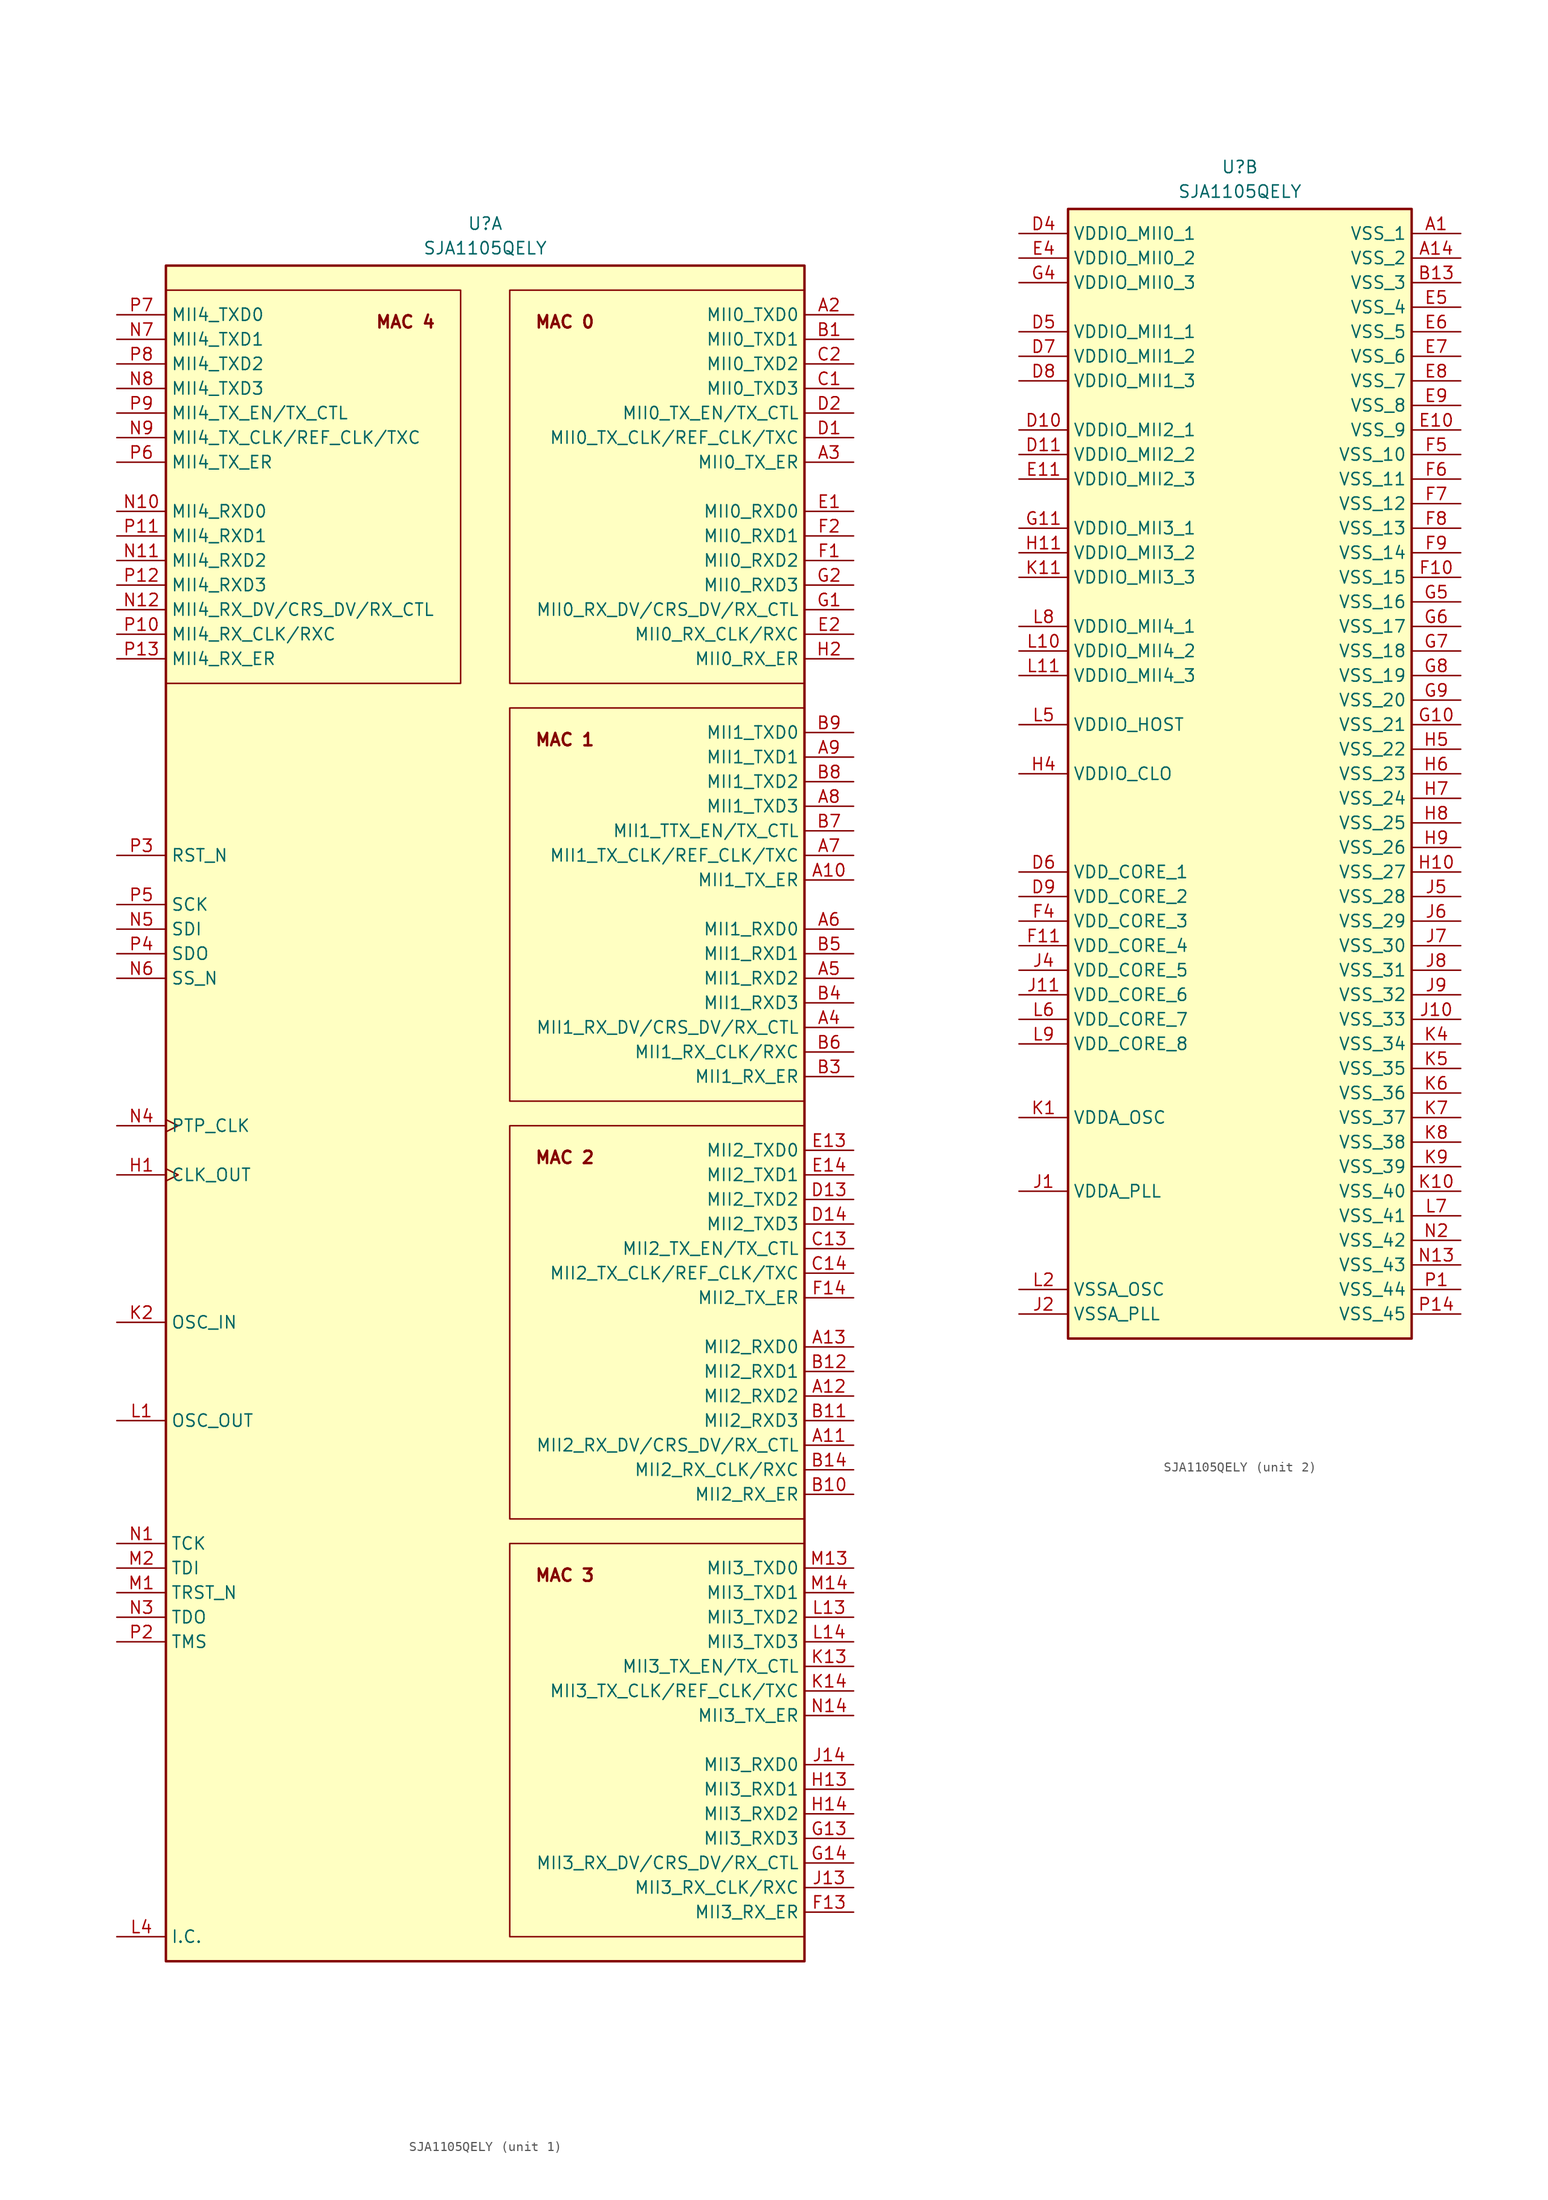
<source format=kicad_sym>
(kicad_symbol_lib
  (version 20241209)
  (generator "kicad_symbol_editor")
  (generator_version "9.0")
  (symbol "SJA1105QELY"
    (property "Reference" "U"
      (at 0 5.08 0)
      (effects (font (size 1.27 1.27)) (justify top)))
    (property "Value" "SJA1105QELY"
      (at 0 2.54 0)
      (effects (font (size 1.27 1.27)) (justify top)))
    (property "ki_locked" ""
      (at 0 0 0)
      (effects (font (size 1.27 1.27))))
    (symbol "SJA1105QELY_1_1"
      (rectangle (start -33.02 0) (end 33.02 -175.26) (stroke (width 0.254) (type default)) (fill (type background)))
      (rectangle (start -33.02 -2.54) (end -2.54 -43.18) (stroke (width 0) (type default)) (fill (type none)))
      (rectangle (start 2.54 -2.54) (end 33.02 -43.18) (stroke (width 0) (type default)) (fill (type none)))
      (rectangle (start 2.54 -45.72) (end 33.02 -86.36) (stroke (width 0) (type default)) (fill (type none)))
      (rectangle (start 2.54 -88.9) (end 33.02 -129.54) (stroke (width 0) (type default)) (fill (type none)))
      (rectangle (start 2.54 -132.08) (end 33.02 -172.72) (stroke (width 0) (type default)) (fill (type none)))
      (text "MAC 4" (at -5.08 -5.08 0) (effects (font (size 1.27 1.27) (bold yes)) (justify right top)))
      (text "MAC 0" (at 5.08 -5.08 0) (effects (font (size 1.27 1.27) (bold yes)) (justify left top)))
      (text "MAC 1" (at 5.08 -48.26 0) (effects (font (size 1.27 1.27) (bold yes)) (justify left top)))
      (text "MAC 2" (at 5.08 -91.44 0) (effects (font (size 1.27 1.27) (bold yes)) (justify left top)))
      (text "MAC 3" (at 5.08 -134.62 0) (effects (font (size 1.27 1.27) (bold yes)) (justify left top)))
      (pin output line (at -38.1 -5.08 0) (length 5.08) (name "MII4_TXD0" (effects (font (size 1.27 1.27)))) (number "P7" (effects (font (size 1.27 1.27)))))
      (pin output line (at -38.1 -7.62 0) (length 5.08) (name "MII4_TXD1" (effects (font (size 1.27 1.27)))) (number "N7" (effects (font (size 1.27 1.27)))))
      (pin output line (at -38.1 -10.16 0) (length 5.08) (name "MII4_TXD2" (effects (font (size 1.27 1.27)))) (number "P8" (effects (font (size 1.27 1.27)))))
      (pin output line (at -38.1 -12.7 0) (length 5.08) (name "MII4_TXD3" (effects (font (size 1.27 1.27)))) (number "N8" (effects (font (size 1.27 1.27)))))
      (pin output line (at -38.1 -15.24 0) (length 5.08) (name "MII4_TX_EN/TX_CTL" (effects (font (size 1.27 1.27)))) (number "P9" (effects (font (size 1.27 1.27)))))
      (pin bidirectional line (at -38.1 -17.78 0) (length 5.08) (name "MII4_TX_CLK/REF_CLK/TXC" (effects (font (size 1.27 1.27)))) (number "N9" (effects (font (size 1.27 1.27)))))
      (pin output line (at -38.1 -20.32 0) (length 5.08) (name "MII4_TX_ER" (effects (font (size 1.27 1.27)))) (number "P6" (effects (font (size 1.27 1.27)))))
      (pin input line (at -38.1 -25.4 0) (length 5.08) (name "MII4_RXD0" (effects (font (size 1.27 1.27)))) (number "N10" (effects (font (size 1.27 1.27)))))
      (pin input line (at -38.1 -27.94 0) (length 5.08) (name "MII4_RXD1" (effects (font (size 1.27 1.27)))) (number "P11" (effects (font (size 1.27 1.27)))))
      (pin input line (at -38.1 -30.48 0) (length 5.08) (name "MII4_RXD2" (effects (font (size 1.27 1.27)))) (number "N11" (effects (font (size 1.27 1.27)))))
      (pin input line (at -38.1 -33.02 0) (length 5.08) (name "MII4_RXD3" (effects (font (size 1.27 1.27)))) (number "P12" (effects (font (size 1.27 1.27)))))
      (pin input line (at -38.1 -35.56 0) (length 5.08) (name "MII4_RX_DV/CRS_DV/RX_CTL" (effects (font (size 1.27 1.27)))) (number "N12" (effects (font (size 1.27 1.27)))))
      (pin bidirectional line (at -38.1 -38.1 0) (length 5.08) (name "MII4_RX_CLK/RXC" (effects (font (size 1.27 1.27)))) (number "P10" (effects (font (size 1.27 1.27)))))
      (pin input line (at -38.1 -40.64 0) (length 5.08) (name "MII4_RX_ER" (effects (font (size 1.27 1.27)))) (number "P13" (effects (font (size 1.27 1.27)))))
      (pin input line (at -38.1 -60.96 0) (length 5.08) (name "RST_N" (effects (font (size 1.27 1.27)))) (number "P3" (effects (font (size 1.27 1.27)))))
      (pin input line (at -38.1 -66.04 0) (length 5.08) (name "SCK" (effects (font (size 1.27 1.27)))) (number "P5" (effects (font (size 1.27 1.27)))))
      (pin input line (at -38.1 -68.58 0) (length 5.08) (name "SDI" (effects (font (size 1.27 1.27)))) (number "N5" (effects (font (size 1.27 1.27)))))
      (pin output line (at -38.1 -71.12 0) (length 5.08) (name "SDO" (effects (font (size 1.27 1.27)))) (number "P4" (effects (font (size 1.27 1.27)))))
      (pin input line (at -38.1 -73.66 0) (length 5.08) (name "SS_N" (effects (font (size 1.27 1.27)))) (number "N6" (effects (font (size 1.27 1.27)))))
      (pin bidirectional clock (at -38.1 -88.9 0) (length 5.08) (name "PTP_CLK" (effects (font (size 1.27 1.27)))) (number "N4" (effects (font (size 1.27 1.27)))))
      (pin output clock (at -38.1 -93.98 0) (length 5.08) (name "CLK_OUT" (effects (font (size 1.27 1.27)))) (number "H1" (effects (font (size 1.27 1.27)))))
      (pin input line (at -38.1 -109.22 0) (length 5.08) (name "OSC_IN" (effects (font (size 1.27 1.27)))) (number "K2" (effects (font (size 1.27 1.27)))))
      (pin output line (at -38.1 -119.38 0) (length 5.08) (name "OSC_OUT" (effects (font (size 1.27 1.27)))) (number "L1" (effects (font (size 1.27 1.27)))))
      (pin input line (at -38.1 -132.08 0) (length 5.08) (name "TCK" (effects (font (size 1.27 1.27)))) (number "N1" (effects (font (size 1.27 1.27)))))
      (pin input line (at -38.1 -134.62 0) (length 5.08) (name "TDI" (effects (font (size 1.27 1.27)))) (number "M2" (effects (font (size 1.27 1.27)))))
      (pin input line (at -38.1 -137.16 0) (length 5.08) (name "TRST_N" (effects (font (size 1.27 1.27)))) (number "M1" (effects (font (size 1.27 1.27)))))
      (pin output line (at -38.1 -139.7 0) (length 5.08) (name "TDO" (effects (font (size 1.27 1.27)))) (number "N3" (effects (font (size 1.27 1.27)))))
      (pin input line (at -38.1 -142.24 0) (length 5.08) (name "TMS" (effects (font (size 1.27 1.27)))) (number "P2" (effects (font (size 1.27 1.27)))))
      (pin passive line (at -38.1 -172.72 0) (length 5.08) (name "I.C." (effects (font (size 1.27 1.27)))) (number "L4" (effects (font (size 1.27 1.27)))))
      (pin output line (at 38.1 -5.08 180) (length 5.08) (name "MII0_TXD0" (effects (font (size 1.27 1.27)))) (number "A2" (effects (font (size 1.27 1.27)))))
      (pin output line (at 38.1 -7.62 180) (length 5.08) (name "MII0_TXD1" (effects (font (size 1.27 1.27)))) (number "B1" (effects (font (size 1.27 1.27)))))
      (pin output line (at 38.1 -10.16 180) (length 5.08) (name "MII0_TXD2" (effects (font (size 1.27 1.27)))) (number "C2" (effects (font (size 1.27 1.27)))))
      (pin output line (at 38.1 -12.7 180) (length 5.08) (name "MII0_TXD3" (effects (font (size 1.27 1.27)))) (number "C1" (effects (font (size 1.27 1.27)))))
      (pin output line (at 38.1 -15.24 180) (length 5.08) (name "MII0_TX_EN/TX_CTL" (effects (font (size 1.27 1.27)))) (number "D2" (effects (font (size 1.27 1.27)))))
      (pin bidirectional line (at 38.1 -17.78 180) (length 5.08) (name "MII0_TX_CLK/REF_CLK/TXC" (effects (font (size 1.27 1.27)))) (number "D1" (effects (font (size 1.27 1.27)))))
      (pin output line (at 38.1 -20.32 180) (length 5.08) (name "MII0_TX_ER" (effects (font (size 1.27 1.27)))) (number "A3" (effects (font (size 1.27 1.27)))))
      (pin input line (at 38.1 -25.4 180) (length 5.08) (name "MII0_RXD0" (effects (font (size 1.27 1.27)))) (number "E1" (effects (font (size 1.27 1.27)))))
      (pin input line (at 38.1 -27.94 180) (length 5.08) (name "MII0_RXD1" (effects (font (size 1.27 1.27)))) (number "F2" (effects (font (size 1.27 1.27)))))
      (pin input line (at 38.1 -30.48 180) (length 5.08) (name "MII0_RXD2" (effects (font (size 1.27 1.27)))) (number "F1" (effects (font (size 1.27 1.27)))))
      (pin input line (at 38.1 -33.02 180) (length 5.08) (name "MII0_RXD3" (effects (font (size 1.27 1.27)))) (number "G2" (effects (font (size 1.27 1.27)))))
      (pin input line (at 38.1 -35.56 180) (length 5.08) (name "MII0_RX_DV/CRS_DV/RX_CTL" (effects (font (size 1.27 1.27)))) (number "G1" (effects (font (size 1.27 1.27)))))
      (pin bidirectional line (at 38.1 -38.1 180) (length 5.08) (name "MII0_RX_CLK/RXC" (effects (font (size 1.27 1.27)))) (number "E2" (effects (font (size 1.27 1.27)))))
      (pin input line (at 38.1 -40.64 180) (length 5.08) (name "MII0_RX_ER" (effects (font (size 1.27 1.27)))) (number "H2" (effects (font (size 1.27 1.27)))))
      (pin output line (at 38.1 -48.26 180) (length 5.08) (name "MII1_TXD0" (effects (font (size 1.27 1.27)))) (number "B9" (effects (font (size 1.27 1.27)))))
      (pin output line (at 38.1 -50.8 180) (length 5.08) (name "MII1_TXD1" (effects (font (size 1.27 1.27)))) (number "A9" (effects (font (size 1.27 1.27)))))
      (pin output line (at 38.1 -53.34 180) (length 5.08) (name "MII1_TXD2" (effects (font (size 1.27 1.27)))) (number "B8" (effects (font (size 1.27 1.27)))))
      (pin output line (at 38.1 -55.88 180) (length 5.08) (name "MII1_TXD3" (effects (font (size 1.27 1.27)))) (number "A8" (effects (font (size 1.27 1.27)))))
      (pin output line (at 38.1 -58.42 180) (length 5.08) (name "MII1_TTX_EN/TX_CTL" (effects (font (size 1.27 1.27)))) (number "B7" (effects (font (size 1.27 1.27)))))
      (pin bidirectional line (at 38.1 -60.96 180) (length 5.08) (name "MII1_TX_CLK/REF_CLK/TXC" (effects (font (size 1.27 1.27)))) (number "A7" (effects (font (size 1.27 1.27)))))
      (pin output line (at 38.1 -63.5 180) (length 5.08) (name "MII1_TX_ER" (effects (font (size 1.27 1.27)))) (number "A10" (effects (font (size 1.27 1.27)))))
      (pin input line (at 38.1 -68.58 180) (length 5.08) (name "MII1_RXD0" (effects (font (size 1.27 1.27)))) (number "A6" (effects (font (size 1.27 1.27)))))
      (pin input line (at 38.1 -71.12 180) (length 5.08) (name "MII1_RXD1" (effects (font (size 1.27 1.27)))) (number "B5" (effects (font (size 1.27 1.27)))))
      (pin input line (at 38.1 -73.66 180) (length 5.08) (name "MII1_RXD2" (effects (font (size 1.27 1.27)))) (number "A5" (effects (font (size 1.27 1.27)))))
      (pin input line (at 38.1 -76.2 180) (length 5.08) (name "MII1_RXD3" (effects (font (size 1.27 1.27)))) (number "B4" (effects (font (size 1.27 1.27)))))
      (pin input line (at 38.1 -78.74 180) (length 5.08) (name "MII1_RX_DV/CRS_DV/RX_CTL" (effects (font (size 1.27 1.27)))) (number "A4" (effects (font (size 1.27 1.27)))))
      (pin bidirectional line (at 38.1 -81.28 180) (length 5.08) (name "MII1_RX_CLK/RXC" (effects (font (size 1.27 1.27)))) (number "B6" (effects (font (size 1.27 1.27)))))
      (pin input line (at 38.1 -83.82 180) (length 5.08) (name "MII1_RX_ER" (effects (font (size 1.27 1.27)))) (number "B3" (effects (font (size 1.27 1.27)))))
      (pin output line (at 38.1 -91.44 180) (length 5.08) (name "MII2_TXD0" (effects (font (size 1.27 1.27)))) (number "E13" (effects (font (size 1.27 1.27)))))
      (pin output line (at 38.1 -93.98 180) (length 5.08) (name "MII2_TXD1" (effects (font (size 1.27 1.27)))) (number "E14" (effects (font (size 1.27 1.27)))))
      (pin output line (at 38.1 -96.52 180) (length 5.08) (name "MII2_TXD2" (effects (font (size 1.27 1.27)))) (number "D13" (effects (font (size 1.27 1.27)))))
      (pin output line (at 38.1 -99.06 180) (length 5.08) (name "MII2_TXD3" (effects (font (size 1.27 1.27)))) (number "D14" (effects (font (size 1.27 1.27)))))
      (pin output line (at 38.1 -101.6 180) (length 5.08) (name "MII2_TX_EN/TX_CTL" (effects (font (size 1.27 1.27)))) (number "C13" (effects (font (size 1.27 1.27)))))
      (pin bidirectional line (at 38.1 -104.14 180) (length 5.08) (name "MII2_TX_CLK/REF_CLK/TXC" (effects (font (size 1.27 1.27)))) (number "C14" (effects (font (size 1.27 1.27)))))
      (pin output line (at 38.1 -106.68 180) (length 5.08) (name "MII2_TX_ER" (effects (font (size 1.27 1.27)))) (number "F14" (effects (font (size 1.27 1.27)))))
      (pin input line (at 38.1 -111.76 180) (length 5.08) (name "MII2_RXD0" (effects (font (size 1.27 1.27)))) (number "A13" (effects (font (size 1.27 1.27)))))
      (pin input line (at 38.1 -114.3 180) (length 5.08) (name "MII2_RXD1" (effects (font (size 1.27 1.27)))) (number "B12" (effects (font (size 1.27 1.27)))))
      (pin input line (at 38.1 -116.84 180) (length 5.08) (name "MII2_RXD2" (effects (font (size 1.27 1.27)))) (number "A12" (effects (font (size 1.27 1.27)))))
      (pin input line (at 38.1 -119.38 180) (length 5.08) (name "MII2_RXD3" (effects (font (size 1.27 1.27)))) (number "B11" (effects (font (size 1.27 1.27)))))
      (pin input line (at 38.1 -121.92 180) (length 5.08) (name "MII2_RX_DV/CRS_DV/RX_CTL" (effects (font (size 1.27 1.27)))) (number "A11" (effects (font (size 1.27 1.27)))))
      (pin bidirectional line (at 38.1 -124.46 180) (length 5.08) (name "MII2_RX_CLK/RXC" (effects (font (size 1.27 1.27)))) (number "B14" (effects (font (size 1.27 1.27)))))
      (pin input line (at 38.1 -127 180) (length 5.08) (name "MII2_RX_ER" (effects (font (size 1.27 1.27)))) (number "B10" (effects (font (size 1.27 1.27)))))
      (pin output line (at 38.1 -134.62 180) (length 5.08) (name "MII3_TXD0" (effects (font (size 1.27 1.27)))) (number "M13" (effects (font (size 1.27 1.27)))))
      (pin output line (at 38.1 -137.16 180) (length 5.08) (name "MII3_TXD1" (effects (font (size 1.27 1.27)))) (number "M14" (effects (font (size 1.27 1.27)))))
      (pin output line (at 38.1 -139.7 180) (length 5.08) (name "MII3_TXD2" (effects (font (size 1.27 1.27)))) (number "L13" (effects (font (size 1.27 1.27)))))
      (pin output line (at 38.1 -142.24 180) (length 5.08) (name "MII3_TXD3" (effects (font (size 1.27 1.27)))) (number "L14" (effects (font (size 1.27 1.27)))))
      (pin output line (at 38.1 -144.78 180) (length 5.08) (name "MII3_TX_EN/TX_CTL" (effects (font (size 1.27 1.27)))) (number "K13" (effects (font (size 1.27 1.27)))))
      (pin bidirectional line (at 38.1 -147.32 180) (length 5.08) (name "MII3_TX_CLK/REF_CLK/TXC" (effects (font (size 1.27 1.27)))) (number "K14" (effects (font (size 1.27 1.27)))))
      (pin output line (at 38.1 -149.86 180) (length 5.08) (name "MII3_TX_ER" (effects (font (size 1.27 1.27)))) (number "N14" (effects (font (size 1.27 1.27)))))
      (pin input line (at 38.1 -154.94 180) (length 5.08) (name "MII3_RXD0" (effects (font (size 1.27 1.27)))) (number "J14" (effects (font (size 1.27 1.27)))))
      (pin input line (at 38.1 -157.48 180) (length 5.08) (name "MII3_RXD1" (effects (font (size 1.27 1.27)))) (number "H13" (effects (font (size 1.27 1.27)))))
      (pin input line (at 38.1 -160.02 180) (length 5.08) (name "MII3_RXD2" (effects (font (size 1.27 1.27)))) (number "H14" (effects (font (size 1.27 1.27)))))
      (pin input line (at 38.1 -162.56 180) (length 5.08) (name "MII3_RXD3" (effects (font (size 1.27 1.27)))) (number "G13" (effects (font (size 1.27 1.27)))))
      (pin input line (at 38.1 -165.1 180) (length 5.08) (name "MII3_RX_DV/CRS_DV/RX_CTL" (effects (font (size 1.27 1.27)))) (number "G14" (effects (font (size 1.27 1.27)))))
      (pin bidirectional line (at 38.1 -167.64 180) (length 5.08) (name "MII3_RX_CLK/RXC" (effects (font (size 1.27 1.27)))) (number "J13" (effects (font (size 1.27 1.27)))))
      (pin input line (at 38.1 -170.18 180) (length 5.08) (name "MII3_RX_ER" (effects (font (size 1.27 1.27)))) (number "F13" (effects (font (size 1.27 1.27))))))
    (symbol "SJA1105QELY_2_1"
      (rectangle (start -17.78 0) (end 17.78 -116.84) (stroke (width 0.254) (type default)) (fill (type background)))
      (pin power_in line (at -22.86 -2.54 0) (length 5.08) (name "VDDIO_MII0_1" (effects (font (size 1.27 1.27)))) (number "D4" (effects (font (size 1.27 1.27)))))
      (pin power_in line (at -22.86 -5.08 0) (length 5.08) (name "VDDIO_MII0_2" (effects (font (size 1.27 1.27)))) (number "E4" (effects (font (size 1.27 1.27)))))
      (pin power_in line (at -22.86 -7.62 0) (length 5.08) (name "VDDIO_MII0_3" (effects (font (size 1.27 1.27)))) (number "G4" (effects (font (size 1.27 1.27)))))
      (pin power_in line (at -22.86 -12.7 0) (length 5.08) (name "VDDIO_MII1_1" (effects (font (size 1.27 1.27)))) (number "D5" (effects (font (size 1.27 1.27)))))
      (pin power_in line (at -22.86 -15.24 0) (length 5.08) (name "VDDIO_MII1_2" (effects (font (size 1.27 1.27)))) (number "D7" (effects (font (size 1.27 1.27)))))
      (pin power_in line (at -22.86 -17.78 0) (length 5.08) (name "VDDIO_MII1_3" (effects (font (size 1.27 1.27)))) (number "D8" (effects (font (size 1.27 1.27)))))
      (pin power_in line (at -22.86 -22.86 0) (length 5.08) (name "VDDIO_MII2_1" (effects (font (size 1.27 1.27)))) (number "D10" (effects (font (size 1.27 1.27)))))
      (pin power_in line (at -22.86 -25.4 0) (length 5.08) (name "VDDIO_MII2_2" (effects (font (size 1.27 1.27)))) (number "D11" (effects (font (size 1.27 1.27)))))
      (pin power_in line (at -22.86 -27.94 0) (length 5.08) (name "VDDIO_MII2_3" (effects (font (size 1.27 1.27)))) (number "E11" (effects (font (size 1.27 1.27)))))
      (pin power_in line (at -22.86 -33.02 0) (length 5.08) (name "VDDIO_MII3_1" (effects (font (size 1.27 1.27)))) (number "G11" (effects (font (size 1.27 1.27)))))
      (pin power_in line (at -22.86 -35.56 0) (length 5.08) (name "VDDIO_MII3_2" (effects (font (size 1.27 1.27)))) (number "H11" (effects (font (size 1.27 1.27)))))
      (pin power_in line (at -22.86 -38.1 0) (length 5.08) (name "VDDIO_MII3_3" (effects (font (size 1.27 1.27)))) (number "K11" (effects (font (size 1.27 1.27)))))
      (pin power_in line (at -22.86 -43.18 0) (length 5.08) (name "VDDIO_MII4_1" (effects (font (size 1.27 1.27)))) (number "L8" (effects (font (size 1.27 1.27)))))
      (pin power_in line (at -22.86 -45.72 0) (length 5.08) (name "VDDIO_MII4_2" (effects (font (size 1.27 1.27)))) (number "L10" (effects (font (size 1.27 1.27)))))
      (pin power_in line (at -22.86 -48.26 0) (length 5.08) (name "VDDIO_MII4_3" (effects (font (size 1.27 1.27)))) (number "L11" (effects (font (size 1.27 1.27)))))
      (pin power_in line (at -22.86 -53.34 0) (length 5.08) (name "VDDIO_HOST" (effects (font (size 1.27 1.27)))) (number "L5" (effects (font (size 1.27 1.27)))))
      (pin power_in line (at -22.86 -58.42 0) (length 5.08) (name "VDDIO_CLO" (effects (font (size 1.27 1.27)))) (number "H4" (effects (font (size 1.27 1.27)))))
      (pin power_in line (at -22.86 -68.58 0) (length 5.08) (name "VDD_CORE_1" (effects (font (size 1.27 1.27)))) (number "D6" (effects (font (size 1.27 1.27)))))
      (pin power_in line (at -22.86 -71.12 0) (length 5.08) (name "VDD_CORE_2" (effects (font (size 1.27 1.27)))) (number "D9" (effects (font (size 1.27 1.27)))))
      (pin power_in line (at -22.86 -73.66 0) (length 5.08) (name "VDD_CORE_3" (effects (font (size 1.27 1.27)))) (number "F4" (effects (font (size 1.27 1.27)))))
      (pin power_in line (at -22.86 -76.2 0) (length 5.08) (name "VDD_CORE_4" (effects (font (size 1.27 1.27)))) (number "F11" (effects (font (size 1.27 1.27)))))
      (pin power_in line (at -22.86 -78.74 0) (length 5.08) (name "VDD_CORE_5" (effects (font (size 1.27 1.27)))) (number "J4" (effects (font (size 1.27 1.27)))))
      (pin power_in line (at -22.86 -81.28 0) (length 5.08) (name "VDD_CORE_6" (effects (font (size 1.27 1.27)))) (number "J11" (effects (font (size 1.27 1.27)))))
      (pin power_in line (at -22.86 -83.82 0) (length 5.08) (name "VDD_CORE_7" (effects (font (size 1.27 1.27)))) (number "L6" (effects (font (size 1.27 1.27)))))
      (pin power_in line (at -22.86 -86.36 0) (length 5.08) (name "VDD_CORE_8" (effects (font (size 1.27 1.27)))) (number "L9" (effects (font (size 1.27 1.27)))))
      (pin power_in line (at -22.86 -93.98 0) (length 5.08) (name "VDDA_OSC" (effects (font (size 1.27 1.27)))) (number "K1" (effects (font (size 1.27 1.27)))))
      (pin power_in line (at -22.86 -101.6 0) (length 5.08) (name "VDDA_PLL" (effects (font (size 1.27 1.27)))) (number "J1" (effects (font (size 1.27 1.27)))))
      (pin power_in line (at -22.86 -111.76 0) (length 5.08) (name "VSSA_OSC" (effects (font (size 1.27 1.27)))) (number "L2" (effects (font (size 1.27 1.27)))))
      (pin power_in line (at -22.86 -114.3 0) (length 5.08) (name "VSSA_PLL" (effects (font (size 1.27 1.27)))) (number "J2" (effects (font (size 1.27 1.27)))))
      (pin passive line (at 22.86 -2.54 180) (length 5.08) (name "VSS_1" (effects (font (size 1.27 1.27)))) (number "A1" (effects (font (size 1.27 1.27)))))
      (pin passive line (at 22.86 -5.08 180) (length 5.08) (name "VSS_2" (effects (font (size 1.27 1.27)))) (number "A14" (effects (font (size 1.27 1.27)))))
      (pin passive line (at 22.86 -7.62 180) (length 5.08) (name "VSS_3" (effects (font (size 1.27 1.27)))) (number "B13" (effects (font (size 1.27 1.27)))))
      (pin passive line (at 22.86 -10.16 180) (length 5.08) (name "VSS_4" (effects (font (size 1.27 1.27)))) (number "E5" (effects (font (size 1.27 1.27)))))
      (pin passive line (at 22.86 -12.7 180) (length 5.08) (name "VSS_5" (effects (font (size 1.27 1.27)))) (number "E6" (effects (font (size 1.27 1.27)))))
      (pin passive line (at 22.86 -15.24 180) (length 5.08) (name "VSS_6" (effects (font (size 1.27 1.27)))) (number "E7" (effects (font (size 1.27 1.27)))))
      (pin passive line (at 22.86 -17.78 180) (length 5.08) (name "VSS_7" (effects (font (size 1.27 1.27)))) (number "E8" (effects (font (size 1.27 1.27)))))
      (pin passive line (at 22.86 -20.32 180) (length 5.08) (name "VSS_8" (effects (font (size 1.27 1.27)))) (number "E9" (effects (font (size 1.27 1.27)))))
      (pin passive line (at 22.86 -22.86 180) (length 5.08) (name "VSS_9" (effects (font (size 1.27 1.27)))) (number "E10" (effects (font (size 1.27 1.27)))))
      (pin passive line (at 22.86 -25.4 180) (length 5.08) (name "VSS_10" (effects (font (size 1.27 1.27)))) (number "F5" (effects (font (size 1.27 1.27)))))
      (pin passive line (at 22.86 -27.94 180) (length 5.08) (name "VSS_11" (effects (font (size 1.27 1.27)))) (number "F6" (effects (font (size 1.27 1.27)))))
      (pin passive line (at 22.86 -30.48 180) (length 5.08) (name "VSS_12" (effects (font (size 1.27 1.27)))) (number "F7" (effects (font (size 1.27 1.27)))))
      (pin passive line (at 22.86 -33.02 180) (length 5.08) (name "VSS_13" (effects (font (size 1.27 1.27)))) (number "F8" (effects (font (size 1.27 1.27)))))
      (pin passive line (at 22.86 -35.56 180) (length 5.08) (name "VSS_14" (effects (font (size 1.27 1.27)))) (number "F9" (effects (font (size 1.27 1.27)))))
      (pin passive line (at 22.86 -38.1 180) (length 5.08) (name "VSS_15" (effects (font (size 1.27 1.27)))) (number "F10" (effects (font (size 1.27 1.27)))))
      (pin passive line (at 22.86 -40.64 180) (length 5.08) (name "VSS_16" (effects (font (size 1.27 1.27)))) (number "G5" (effects (font (size 1.27 1.27)))))
      (pin passive line (at 22.86 -43.18 180) (length 5.08) (name "VSS_17" (effects (font (size 1.27 1.27)))) (number "G6" (effects (font (size 1.27 1.27)))))
      (pin passive line (at 22.86 -45.72 180) (length 5.08) (name "VSS_18" (effects (font (size 1.27 1.27)))) (number "G7" (effects (font (size 1.27 1.27)))))
      (pin passive line (at 22.86 -48.26 180) (length 5.08) (name "VSS_19" (effects (font (size 1.27 1.27)))) (number "G8" (effects (font (size 1.27 1.27)))))
      (pin passive line (at 22.86 -50.8 180) (length 5.08) (name "VSS_20" (effects (font (size 1.27 1.27)))) (number "G9" (effects (font (size 1.27 1.27)))))
      (pin passive line (at 22.86 -53.34 180) (length 5.08) (name "VSS_21" (effects (font (size 1.27 1.27)))) (number "G10" (effects (font (size 1.27 1.27)))))
      (pin passive line (at 22.86 -55.88 180) (length 5.08) (name "VSS_22" (effects (font (size 1.27 1.27)))) (number "H5" (effects (font (size 1.27 1.27)))))
      (pin passive line (at 22.86 -58.42 180) (length 5.08) (name "VSS_23" (effects (font (size 1.27 1.27)))) (number "H6" (effects (font (size 1.27 1.27)))))
      (pin passive line (at 22.86 -60.96 180) (length 5.08) (name "VSS_24" (effects (font (size 1.27 1.27)))) (number "H7" (effects (font (size 1.27 1.27)))))
      (pin passive line (at 22.86 -63.5 180) (length 5.08) (name "VSS_25" (effects (font (size 1.27 1.27)))) (number "H8" (effects (font (size 1.27 1.27)))))
      (pin passive line (at 22.86 -66.04 180) (length 5.08) (name "VSS_26" (effects (font (size 1.27 1.27)))) (number "H9" (effects (font (size 1.27 1.27)))))
      (pin passive line (at 22.86 -68.58 180) (length 5.08) (name "VSS_27" (effects (font (size 1.27 1.27)))) (number "H10" (effects (font (size 1.27 1.27)))))
      (pin passive line (at 22.86 -71.12 180) (length 5.08) (name "VSS_28" (effects (font (size 1.27 1.27)))) (number "J5" (effects (font (size 1.27 1.27)))))
      (pin passive line (at 22.86 -73.66 180) (length 5.08) (name "VSS_29" (effects (font (size 1.27 1.27)))) (number "J6" (effects (font (size 1.27 1.27)))))
      (pin passive line (at 22.86 -76.2 180) (length 5.08) (name "VSS_30" (effects (font (size 1.27 1.27)))) (number "J7" (effects (font (size 1.27 1.27)))))
      (pin passive line (at 22.86 -78.74 180) (length 5.08) (name "VSS_31" (effects (font (size 1.27 1.27)))) (number "J8" (effects (font (size 1.27 1.27)))))
      (pin passive line (at 22.86 -81.28 180) (length 5.08) (name "VSS_32" (effects (font (size 1.27 1.27)))) (number "J9" (effects (font (size 1.27 1.27)))))
      (pin passive line (at 22.86 -83.82 180) (length 5.08) (name "VSS_33" (effects (font (size 1.27 1.27)))) (number "J10" (effects (font (size 1.27 1.27)))))
      (pin passive line (at 22.86 -86.36 180) (length 5.08) (name "VSS_34" (effects (font (size 1.27 1.27)))) (number "K4" (effects (font (size 1.27 1.27)))))
      (pin passive line (at 22.86 -88.9 180) (length 5.08) (name "VSS_35" (effects (font (size 1.27 1.27)))) (number "K5" (effects (font (size 1.27 1.27)))))
      (pin passive line (at 22.86 -91.44 180) (length 5.08) (name "VSS_36" (effects (font (size 1.27 1.27)))) (number "K6" (effects (font (size 1.27 1.27)))))
      (pin passive line (at 22.86 -93.98 180) (length 5.08) (name "VSS_37" (effects (font (size 1.27 1.27)))) (number "K7" (effects (font (size 1.27 1.27)))))
      (pin passive line (at 22.86 -96.52 180) (length 5.08) (name "VSS_38" (effects (font (size 1.27 1.27)))) (number "K8" (effects (font (size 1.27 1.27)))))
      (pin passive line (at 22.86 -99.06 180) (length 5.08) (name "VSS_39" (effects (font (size 1.27 1.27)))) (number "K9" (effects (font (size 1.27 1.27)))))
      (pin passive line (at 22.86 -101.6 180) (length 5.08) (name "VSS_40" (effects (font (size 1.27 1.27)))) (number "K10" (effects (font (size 1.27 1.27)))))
      (pin passive line (at 22.86 -104.14 180) (length 5.08) (name "VSS_41" (effects (font (size 1.27 1.27)))) (number "L7" (effects (font (size 1.27 1.27)))))
      (pin passive line (at 22.86 -106.68 180) (length 5.08) (name "VSS_42" (effects (font (size 1.27 1.27)))) (number "N2" (effects (font (size 1.27 1.27)))))
      (pin passive line (at 22.86 -109.22 180) (length 5.08) (name "VSS_43" (effects (font (size 1.27 1.27)))) (number "N13" (effects (font (size 1.27 1.27)))))
      (pin passive line (at 22.86 -111.76 180) (length 5.08) (name "VSS_44" (effects (font (size 1.27 1.27)))) (number "P1" (effects (font (size 1.27 1.27)))))
      (pin passive line (at 22.86 -114.3 180) (length 5.08) (name "VSS_45" (effects (font (size 1.27 1.27)))) (number "P14" (effects (font (size 1.27 1.27))))))))
</source>
